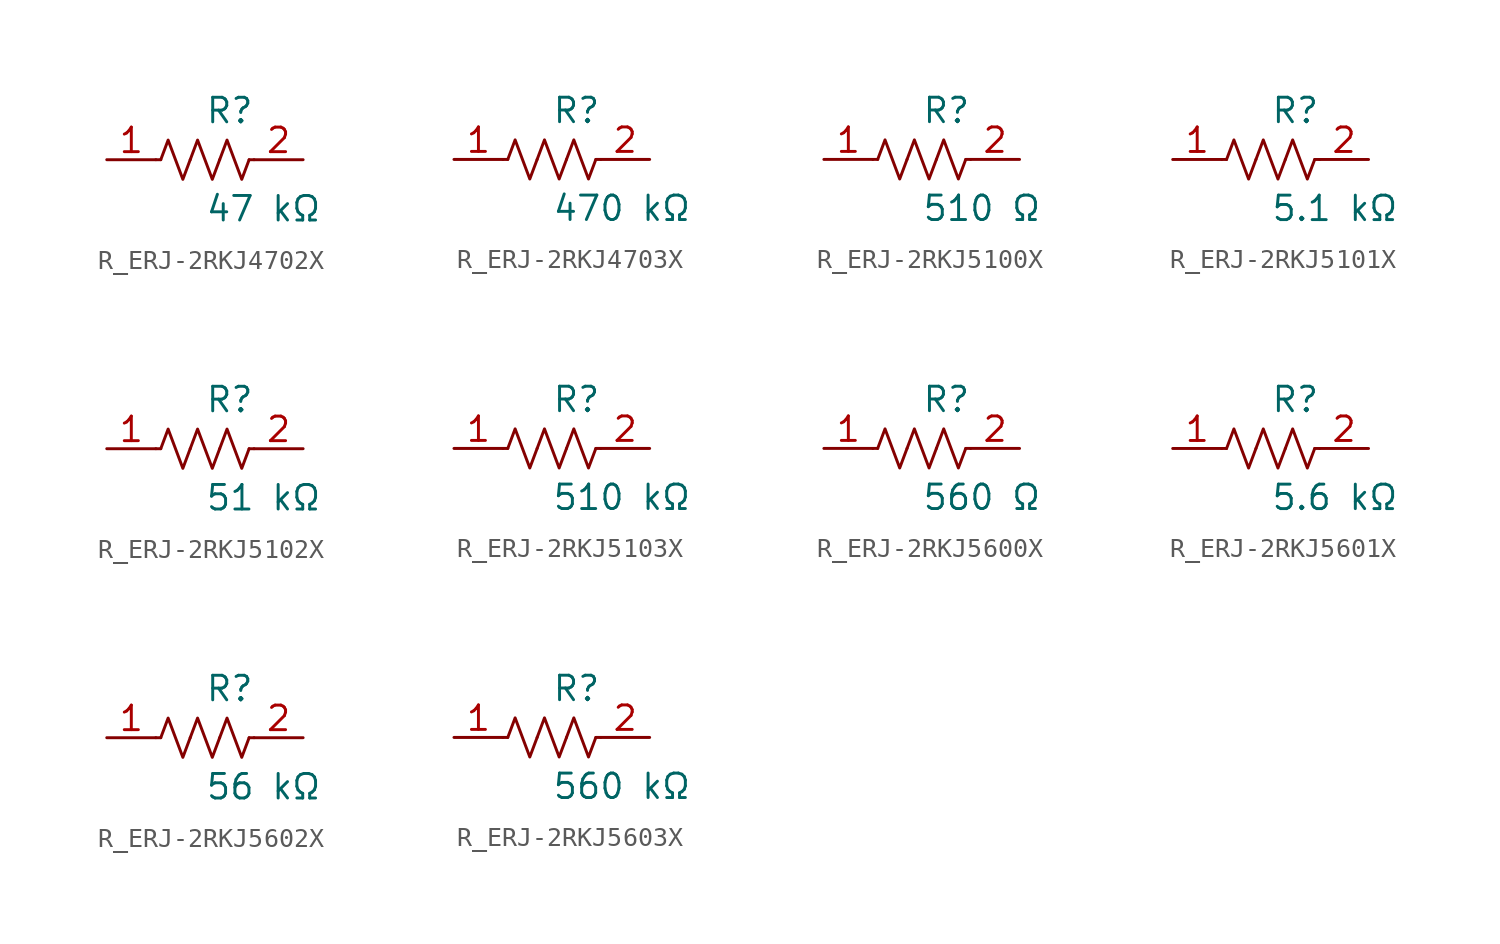
<source format=kicad_sym>
(kicad_symbol_lib
  (version 20231120)
  (generator kicad_symbol_editor)
  (generator_version 8.0)
  (symbol "R_ERJ-2RKJ4702X"
    (pin_names
      (offset 0.254))
    (property "Reference" "R"
      (at 0 2.54 0)
      (effects (font (size 1.27 1.27)) (justify left)))
    (property "Value" "47 kΩ"
      (at 0 -2.54 0)
      (effects (font (size 1.27 1.27)) (justify left)))
    (symbol "R_ERJ-2RKJ4702X_0_1"
      (polyline (pts (xy 2.286 0) (xy 2.54 0)) (stroke (width 0) (type default)) (fill (type none)))
      (polyline (pts (xy -2.286 0) (xy -2.54 0)) (stroke (width 0) (type default)) (fill (type none)))
      (polyline (pts (xy 0.762 0) (xy 1.143 1.016) (xy 1.524 0) (xy 1.905 -1.016) (xy 2.286 0)) (stroke (width 0) (type default)) (fill (type none)))
      (polyline (pts (xy -0.762 0) (xy -0.381 1.016) (xy 0 0) (xy 0.381 -1.016) (xy 0.762 0)) (stroke (width 0) (type default)) (fill (type none)))
      (polyline (pts (xy -2.286 0) (xy -1.905 1.016) (xy -1.524 0) (xy -1.143 -1.016) (xy -0.762 0)) (stroke (width 0) (type default)) (fill (type none))))
    (pin unspecified line
      (at -5.08 0 0)
      (length 2.54)
      (name "" (effects (font (size 1.27 1.27))))
      (number "1" (effects (font (size 1.27 1.27)))))
    (pin unspecified line
      (at 5.08 0 180)
      (length 2.54)
      (name "" (effects (font (size 1.27 1.27))))
      (number "2" (effects (font (size 1.27 1.27))))))
  (symbol "R_ERJ-2RKJ4703X"
    (pin_names
      (offset 0.254))
    (property "Reference" "R"
      (at 0 2.54 0)
      (effects (font (size 1.27 1.27)) (justify left)))
    (property "Value" "470 kΩ"
      (at 0 -2.54 0)
      (effects (font (size 1.27 1.27)) (justify left)))
    (symbol "R_ERJ-2RKJ4703X_0_1"
      (polyline (pts (xy 2.286 0) (xy 2.54 0)) (stroke (width 0) (type default)) (fill (type none)))
      (polyline (pts (xy -2.286 0) (xy -2.54 0)) (stroke (width 0) (type default)) (fill (type none)))
      (polyline (pts (xy 0.762 0) (xy 1.143 1.016) (xy 1.524 0) (xy 1.905 -1.016) (xy 2.286 0)) (stroke (width 0) (type default)) (fill (type none)))
      (polyline (pts (xy -0.762 0) (xy -0.381 1.016) (xy 0 0) (xy 0.381 -1.016) (xy 0.762 0)) (stroke (width 0) (type default)) (fill (type none)))
      (polyline (pts (xy -2.286 0) (xy -1.905 1.016) (xy -1.524 0) (xy -1.143 -1.016) (xy -0.762 0)) (stroke (width 0) (type default)) (fill (type none))))
    (pin unspecified line
      (at -5.08 0 0)
      (length 2.54)
      (name "" (effects (font (size 1.27 1.27))))
      (number "1" (effects (font (size 1.27 1.27)))))
    (pin unspecified line
      (at 5.08 0 180)
      (length 2.54)
      (name "" (effects (font (size 1.27 1.27))))
      (number "2" (effects (font (size 1.27 1.27))))))
  (symbol "R_ERJ-2RKJ5100X"
    (pin_names
      (offset 0.254))
    (property "Reference" "R"
      (at 0 2.54 0)
      (effects (font (size 1.27 1.27)) (justify left)))
    (property "Value" "510 Ω"
      (at 0 -2.54 0)
      (effects (font (size 1.27 1.27)) (justify left)))
    (symbol "R_ERJ-2RKJ5100X_0_1"
      (polyline (pts (xy 2.286 0) (xy 2.54 0)) (stroke (width 0) (type default)) (fill (type none)))
      (polyline (pts (xy -2.286 0) (xy -2.54 0)) (stroke (width 0) (type default)) (fill (type none)))
      (polyline (pts (xy 0.762 0) (xy 1.143 1.016) (xy 1.524 0) (xy 1.905 -1.016) (xy 2.286 0)) (stroke (width 0) (type default)) (fill (type none)))
      (polyline (pts (xy -0.762 0) (xy -0.381 1.016) (xy 0 0) (xy 0.381 -1.016) (xy 0.762 0)) (stroke (width 0) (type default)) (fill (type none)))
      (polyline (pts (xy -2.286 0) (xy -1.905 1.016) (xy -1.524 0) (xy -1.143 -1.016) (xy -0.762 0)) (stroke (width 0) (type default)) (fill (type none))))
    (pin unspecified line
      (at -5.08 0 0)
      (length 2.54)
      (name "" (effects (font (size 1.27 1.27))))
      (number "1" (effects (font (size 1.27 1.27)))))
    (pin unspecified line
      (at 5.08 0 180)
      (length 2.54)
      (name "" (effects (font (size 1.27 1.27))))
      (number "2" (effects (font (size 1.27 1.27))))))
  (symbol "R_ERJ-2RKJ5101X"
    (pin_names
      (offset 0.254))
    (property "Reference" "R"
      (at 0 2.54 0)
      (effects (font (size 1.27 1.27)) (justify left)))
    (property "Value" "5.1 kΩ"
      (at 0 -2.54 0)
      (effects (font (size 1.27 1.27)) (justify left)))
    (symbol "R_ERJ-2RKJ5101X_0_1"
      (polyline (pts (xy 2.286 0) (xy 2.54 0)) (stroke (width 0) (type default)) (fill (type none)))
      (polyline (pts (xy -2.286 0) (xy -2.54 0)) (stroke (width 0) (type default)) (fill (type none)))
      (polyline (pts (xy 0.762 0) (xy 1.143 1.016) (xy 1.524 0) (xy 1.905 -1.016) (xy 2.286 0)) (stroke (width 0) (type default)) (fill (type none)))
      (polyline (pts (xy -0.762 0) (xy -0.381 1.016) (xy 0 0) (xy 0.381 -1.016) (xy 0.762 0)) (stroke (width 0) (type default)) (fill (type none)))
      (polyline (pts (xy -2.286 0) (xy -1.905 1.016) (xy -1.524 0) (xy -1.143 -1.016) (xy -0.762 0)) (stroke (width 0) (type default)) (fill (type none))))
    (pin unspecified line
      (at -5.08 0 0)
      (length 2.54)
      (name "" (effects (font (size 1.27 1.27))))
      (number "1" (effects (font (size 1.27 1.27)))))
    (pin unspecified line
      (at 5.08 0 180)
      (length 2.54)
      (name "" (effects (font (size 1.27 1.27))))
      (number "2" (effects (font (size 1.27 1.27))))))
  (symbol "R_ERJ-2RKJ5102X"
    (pin_names
      (offset 0.254))
    (property "Reference" "R"
      (at 0 2.54 0)
      (effects (font (size 1.27 1.27)) (justify left)))
    (property "Value" "51 kΩ"
      (at 0 -2.54 0)
      (effects (font (size 1.27 1.27)) (justify left)))
    (symbol "R_ERJ-2RKJ5102X_0_1"
      (polyline (pts (xy 2.286 0) (xy 2.54 0)) (stroke (width 0) (type default)) (fill (type none)))
      (polyline (pts (xy -2.286 0) (xy -2.54 0)) (stroke (width 0) (type default)) (fill (type none)))
      (polyline (pts (xy 0.762 0) (xy 1.143 1.016) (xy 1.524 0) (xy 1.905 -1.016) (xy 2.286 0)) (stroke (width 0) (type default)) (fill (type none)))
      (polyline (pts (xy -0.762 0) (xy -0.381 1.016) (xy 0 0) (xy 0.381 -1.016) (xy 0.762 0)) (stroke (width 0) (type default)) (fill (type none)))
      (polyline (pts (xy -2.286 0) (xy -1.905 1.016) (xy -1.524 0) (xy -1.143 -1.016) (xy -0.762 0)) (stroke (width 0) (type default)) (fill (type none))))
    (pin unspecified line
      (at -5.08 0 0)
      (length 2.54)
      (name "" (effects (font (size 1.27 1.27))))
      (number "1" (effects (font (size 1.27 1.27)))))
    (pin unspecified line
      (at 5.08 0 180)
      (length 2.54)
      (name "" (effects (font (size 1.27 1.27))))
      (number "2" (effects (font (size 1.27 1.27))))))
  (symbol "R_ERJ-2RKJ5103X"
    (pin_names
      (offset 0.254))
    (property "Reference" "R"
      (at 0 2.54 0)
      (effects (font (size 1.27 1.27)) (justify left)))
    (property "Value" "510 kΩ"
      (at 0 -2.54 0)
      (effects (font (size 1.27 1.27)) (justify left)))
    (symbol "R_ERJ-2RKJ5103X_0_1"
      (polyline (pts (xy 2.286 0) (xy 2.54 0)) (stroke (width 0) (type default)) (fill (type none)))
      (polyline (pts (xy -2.286 0) (xy -2.54 0)) (stroke (width 0) (type default)) (fill (type none)))
      (polyline (pts (xy 0.762 0) (xy 1.143 1.016) (xy 1.524 0) (xy 1.905 -1.016) (xy 2.286 0)) (stroke (width 0) (type default)) (fill (type none)))
      (polyline (pts (xy -0.762 0) (xy -0.381 1.016) (xy 0 0) (xy 0.381 -1.016) (xy 0.762 0)) (stroke (width 0) (type default)) (fill (type none)))
      (polyline (pts (xy -2.286 0) (xy -1.905 1.016) (xy -1.524 0) (xy -1.143 -1.016) (xy -0.762 0)) (stroke (width 0) (type default)) (fill (type none))))
    (pin unspecified line
      (at -5.08 0 0)
      (length 2.54)
      (name "" (effects (font (size 1.27 1.27))))
      (number "1" (effects (font (size 1.27 1.27)))))
    (pin unspecified line
      (at 5.08 0 180)
      (length 2.54)
      (name "" (effects (font (size 1.27 1.27))))
      (number "2" (effects (font (size 1.27 1.27))))))
  (symbol "R_ERJ-2RKJ5600X"
    (pin_names
      (offset 0.254))
    (property "Reference" "R"
      (at 0 2.54 0)
      (effects (font (size 1.27 1.27)) (justify left)))
    (property "Value" "560 Ω"
      (at 0 -2.54 0)
      (effects (font (size 1.27 1.27)) (justify left)))
    (symbol "R_ERJ-2RKJ5600X_0_1"
      (polyline (pts (xy 2.286 0) (xy 2.54 0)) (stroke (width 0) (type default)) (fill (type none)))
      (polyline (pts (xy -2.286 0) (xy -2.54 0)) (stroke (width 0) (type default)) (fill (type none)))
      (polyline (pts (xy 0.762 0) (xy 1.143 1.016) (xy 1.524 0) (xy 1.905 -1.016) (xy 2.286 0)) (stroke (width 0) (type default)) (fill (type none)))
      (polyline (pts (xy -0.762 0) (xy -0.381 1.016) (xy 0 0) (xy 0.381 -1.016) (xy 0.762 0)) (stroke (width 0) (type default)) (fill (type none)))
      (polyline (pts (xy -2.286 0) (xy -1.905 1.016) (xy -1.524 0) (xy -1.143 -1.016) (xy -0.762 0)) (stroke (width 0) (type default)) (fill (type none))))
    (pin unspecified line
      (at -5.08 0 0)
      (length 2.54)
      (name "" (effects (font (size 1.27 1.27))))
      (number "1" (effects (font (size 1.27 1.27)))))
    (pin unspecified line
      (at 5.08 0 180)
      (length 2.54)
      (name "" (effects (font (size 1.27 1.27))))
      (number "2" (effects (font (size 1.27 1.27))))))
  (symbol "R_ERJ-2RKJ5601X"
    (pin_names
      (offset 0.254))
    (property "Reference" "R"
      (at 0 2.54 0)
      (effects (font (size 1.27 1.27)) (justify left)))
    (property "Value" "5.6 kΩ"
      (at 0 -2.54 0)
      (effects (font (size 1.27 1.27)) (justify left)))
    (symbol "R_ERJ-2RKJ5601X_0_1"
      (polyline (pts (xy 2.286 0) (xy 2.54 0)) (stroke (width 0) (type default)) (fill (type none)))
      (polyline (pts (xy -2.286 0) (xy -2.54 0)) (stroke (width 0) (type default)) (fill (type none)))
      (polyline (pts (xy 0.762 0) (xy 1.143 1.016) (xy 1.524 0) (xy 1.905 -1.016) (xy 2.286 0)) (stroke (width 0) (type default)) (fill (type none)))
      (polyline (pts (xy -0.762 0) (xy -0.381 1.016) (xy 0 0) (xy 0.381 -1.016) (xy 0.762 0)) (stroke (width 0) (type default)) (fill (type none)))
      (polyline (pts (xy -2.286 0) (xy -1.905 1.016) (xy -1.524 0) (xy -1.143 -1.016) (xy -0.762 0)) (stroke (width 0) (type default)) (fill (type none))))
    (pin unspecified line
      (at -5.08 0 0)
      (length 2.54)
      (name "" (effects (font (size 1.27 1.27))))
      (number "1" (effects (font (size 1.27 1.27)))))
    (pin unspecified line
      (at 5.08 0 180)
      (length 2.54)
      (name "" (effects (font (size 1.27 1.27))))
      (number "2" (effects (font (size 1.27 1.27))))))
  (symbol "R_ERJ-2RKJ5602X"
    (pin_names
      (offset 0.254))
    (property "Reference" "R"
      (at 0 2.54 0)
      (effects (font (size 1.27 1.27)) (justify left)))
    (property "Value" "56 kΩ"
      (at 0 -2.54 0)
      (effects (font (size 1.27 1.27)) (justify left)))
    (symbol "R_ERJ-2RKJ5602X_0_1"
      (polyline (pts (xy 2.286 0) (xy 2.54 0)) (stroke (width 0) (type default)) (fill (type none)))
      (polyline (pts (xy -2.286 0) (xy -2.54 0)) (stroke (width 0) (type default)) (fill (type none)))
      (polyline (pts (xy 0.762 0) (xy 1.143 1.016) (xy 1.524 0) (xy 1.905 -1.016) (xy 2.286 0)) (stroke (width 0) (type default)) (fill (type none)))
      (polyline (pts (xy -0.762 0) (xy -0.381 1.016) (xy 0 0) (xy 0.381 -1.016) (xy 0.762 0)) (stroke (width 0) (type default)) (fill (type none)))
      (polyline (pts (xy -2.286 0) (xy -1.905 1.016) (xy -1.524 0) (xy -1.143 -1.016) (xy -0.762 0)) (stroke (width 0) (type default)) (fill (type none))))
    (pin unspecified line
      (at -5.08 0 0)
      (length 2.54)
      (name "" (effects (font (size 1.27 1.27))))
      (number "1" (effects (font (size 1.27 1.27)))))
    (pin unspecified line
      (at 5.08 0 180)
      (length 2.54)
      (name "" (effects (font (size 1.27 1.27))))
      (number "2" (effects (font (size 1.27 1.27))))))
  (symbol "R_ERJ-2RKJ5603X"
    (pin_names
      (offset 0.254))
    (property "Reference" "R"
      (at 0 2.54 0)
      (effects (font (size 1.27 1.27)) (justify left)))
    (property "Value" "560 kΩ"
      (at 0 -2.54 0)
      (effects (font (size 1.27 1.27)) (justify left)))
    (symbol "R_ERJ-2RKJ5603X_0_1"
      (polyline (pts (xy 2.286 0) (xy 2.54 0)) (stroke (width 0) (type default)) (fill (type none)))
      (polyline (pts (xy -2.286 0) (xy -2.54 0)) (stroke (width 0) (type default)) (fill (type none)))
      (polyline (pts (xy 0.762 0) (xy 1.143 1.016) (xy 1.524 0) (xy 1.905 -1.016) (xy 2.286 0)) (stroke (width 0) (type default)) (fill (type none)))
      (polyline (pts (xy -0.762 0) (xy -0.381 1.016) (xy 0 0) (xy 0.381 -1.016) (xy 0.762 0)) (stroke (width 0) (type default)) (fill (type none)))
      (polyline (pts (xy -2.286 0) (xy -1.905 1.016) (xy -1.524 0) (xy -1.143 -1.016) (xy -0.762 0)) (stroke (width 0) (type default)) (fill (type none))))
    (pin unspecified line
      (at -5.08 0 0)
      (length 2.54)
      (name "" (effects (font (size 1.27 1.27))))
      (number "1" (effects (font (size 1.27 1.27)))))
    (pin unspecified line
      (at 5.08 0 180)
      (length 2.54)
      (name "" (effects (font (size 1.27 1.27))))
      (number "2" (effects (font (size 1.27 1.27)))))))
</source>
